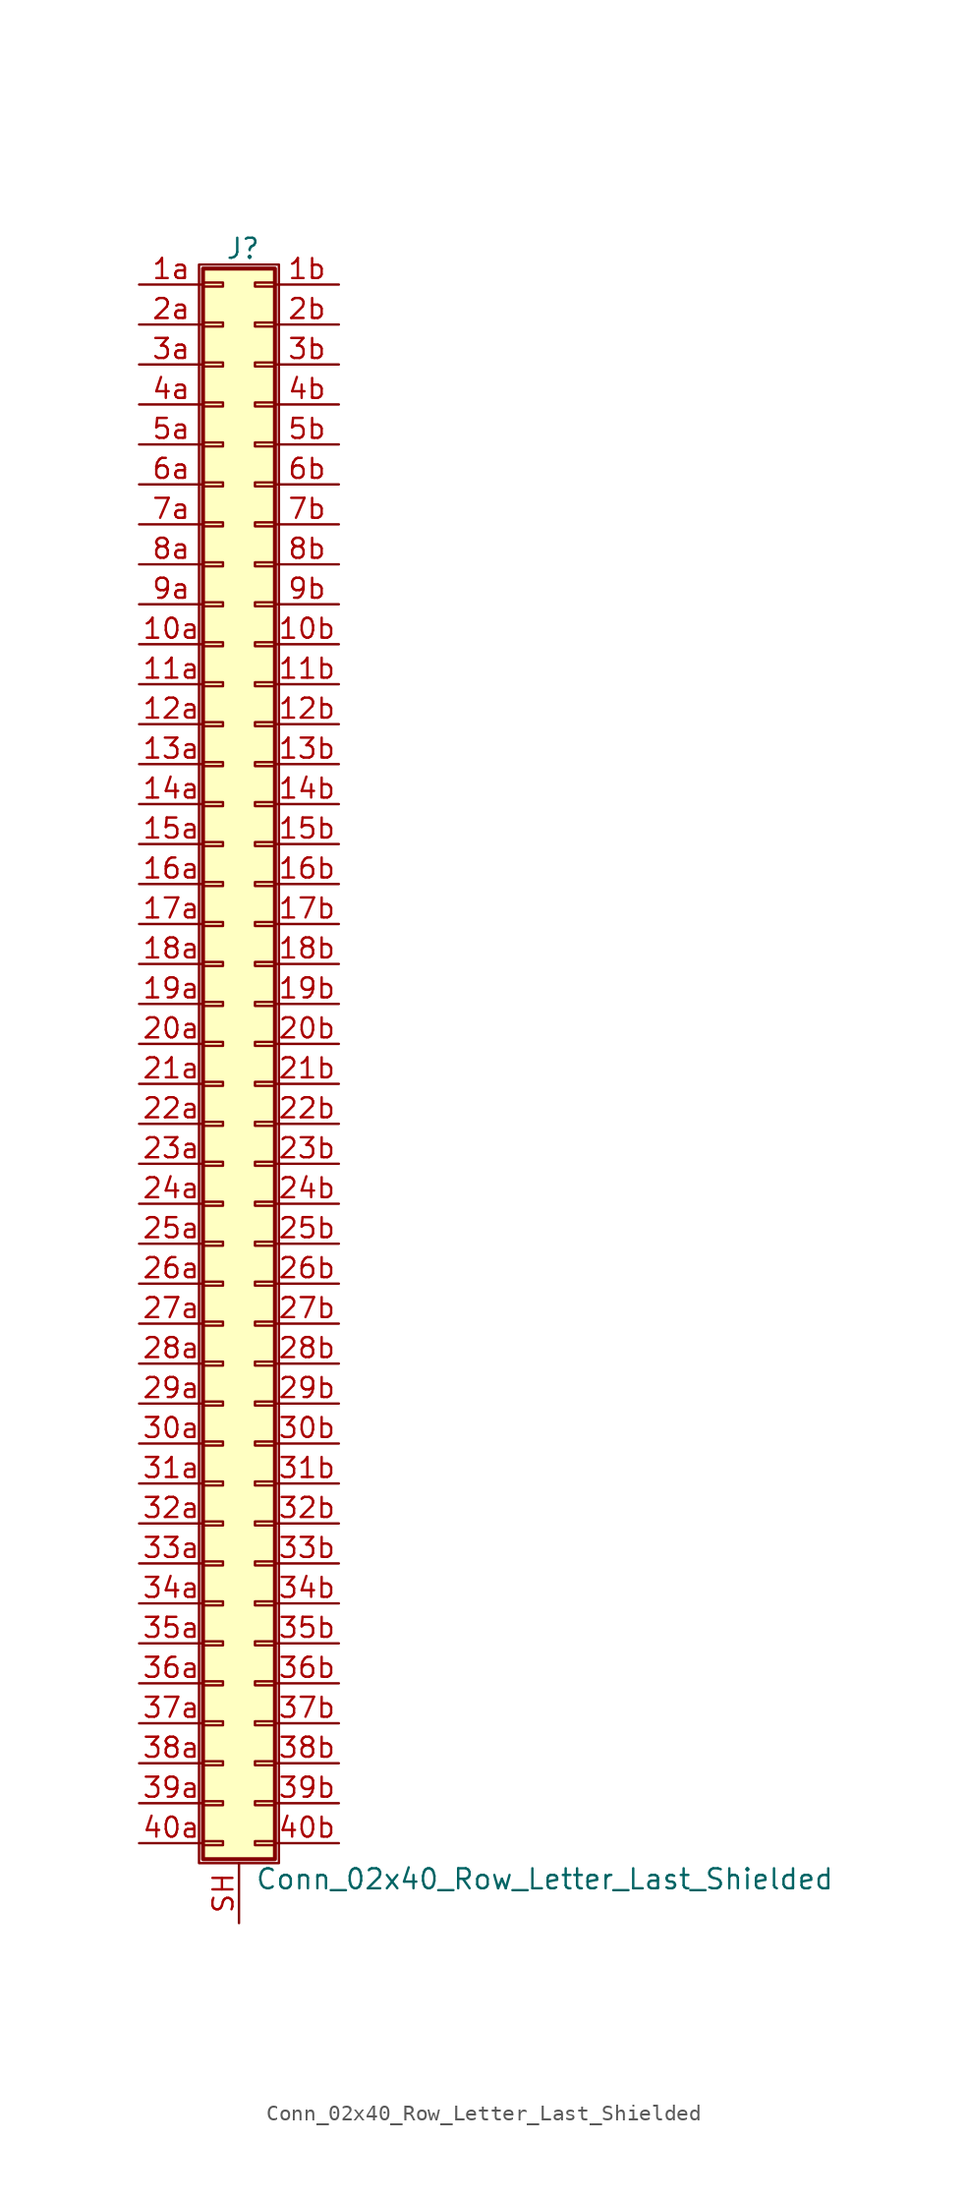
<source format=kicad_sym>
(kicad_symbol_lib
  (version 20220914)
  (generator kicad_symbol_editor)
  (symbol "Conn_02x40_Row_Letter_Last_Shielded"
    (pin_names
      (offset 1.016) hide)
    (property "Reference" "J"
      (at 1.524 50.546 0)
      (effects (font (size 1.27 1.27))))
    (property "Value" "Conn_02x40_Row_Letter_Last_Shielded"
      (at 2.286 -53.086 0)
      (effects (font (size 1.27 1.27)) (justify left)))
    (symbol "Conn_02x40_Row_Letter_Last_Shielded_1_1"
      (rectangle (start -1.27 49.53) (end 3.81 -52.07) (stroke (width 0.152) (type default)) (fill (type none)))
      (rectangle (start -1.016 -50.673) (end 0.254 -50.927) (stroke (width 0.152) (type default)) (fill (type none)))
      (rectangle (start -1.016 -48.133) (end 0.254 -48.387) (stroke (width 0.152) (type default)) (fill (type none)))
      (rectangle (start -1.016 -45.593) (end 0.254 -45.847) (stroke (width 0.152) (type default)) (fill (type none)))
      (rectangle (start -1.016 -43.053) (end 0.254 -43.307) (stroke (width 0.152) (type default)) (fill (type none)))
      (rectangle (start -1.016 -40.513) (end 0.254 -40.767) (stroke (width 0.152) (type default)) (fill (type none)))
      (rectangle (start -1.016 -37.973) (end 0.254 -38.227) (stroke (width 0.152) (type default)) (fill (type none)))
      (rectangle (start -1.016 -35.433) (end 0.254 -35.687) (stroke (width 0.152) (type default)) (fill (type none)))
      (rectangle (start -1.016 -32.893) (end 0.254 -33.147) (stroke (width 0.152) (type default)) (fill (type none)))
      (rectangle (start -1.016 -30.353) (end 0.254 -30.607) (stroke (width 0.152) (type default)) (fill (type none)))
      (rectangle (start -1.016 -27.813) (end 0.254 -28.067) (stroke (width 0.152) (type default)) (fill (type none)))
      (rectangle (start -1.016 -25.273) (end 0.254 -25.527) (stroke (width 0.152) (type default)) (fill (type none)))
      (rectangle (start -1.016 -22.733) (end 0.254 -22.987) (stroke (width 0.152) (type default)) (fill (type none)))
      (rectangle (start -1.016 -20.193) (end 0.254 -20.447) (stroke (width 0.152) (type default)) (fill (type none)))
      (rectangle (start -1.016 -17.653) (end 0.254 -17.907) (stroke (width 0.152) (type default)) (fill (type none)))
      (rectangle (start -1.016 -15.113) (end 0.254 -15.367) (stroke (width 0.152) (type default)) (fill (type none)))
      (rectangle (start -1.016 -12.573) (end 0.254 -12.827) (stroke (width 0.152) (type default)) (fill (type none)))
      (rectangle (start -1.016 -10.033) (end 0.254 -10.287) (stroke (width 0.152) (type default)) (fill (type none)))
      (rectangle (start -1.016 -7.493) (end 0.254 -7.747) (stroke (width 0.152) (type default)) (fill (type none)))
      (rectangle (start -1.016 -4.953) (end 0.254 -5.207) (stroke (width 0.152) (type default)) (fill (type none)))
      (rectangle (start -1.016 -2.413) (end 0.254 -2.667) (stroke (width 0.152) (type default)) (fill (type none)))
      (rectangle (start -1.016 0.127) (end 0.254 -0.127) (stroke (width 0.152) (type default)) (fill (type none)))
      (rectangle (start -1.016 2.667) (end 0.254 2.413) (stroke (width 0.152) (type default)) (fill (type none)))
      (rectangle (start -1.016 5.207) (end 0.254 4.953) (stroke (width 0.152) (type default)) (fill (type none)))
      (rectangle (start -1.016 7.747) (end 0.254 7.493) (stroke (width 0.152) (type default)) (fill (type none)))
      (rectangle (start -1.016 10.287) (end 0.254 10.033) (stroke (width 0.152) (type default)) (fill (type none)))
      (rectangle (start -1.016 12.827) (end 0.254 12.573) (stroke (width 0.152) (type default)) (fill (type none)))
      (rectangle (start -1.016 15.367) (end 0.254 15.113) (stroke (width 0.152) (type default)) (fill (type none)))
      (rectangle (start -1.016 17.907) (end 0.254 17.653) (stroke (width 0.152) (type default)) (fill (type none)))
      (rectangle (start -1.016 20.447) (end 0.254 20.193) (stroke (width 0.152) (type default)) (fill (type none)))
      (rectangle (start -1.016 22.987) (end 0.254 22.733) (stroke (width 0.152) (type default)) (fill (type none)))
      (rectangle (start -1.016 25.527) (end 0.254 25.273) (stroke (width 0.152) (type default)) (fill (type none)))
      (rectangle (start -1.016 28.067) (end 0.254 27.813) (stroke (width 0.152) (type default)) (fill (type none)))
      (rectangle (start -1.016 30.607) (end 0.254 30.353) (stroke (width 0.152) (type default)) (fill (type none)))
      (rectangle (start -1.016 33.147) (end 0.254 32.893) (stroke (width 0.152) (type default)) (fill (type none)))
      (rectangle (start -1.016 35.687) (end 0.254 35.433) (stroke (width 0.152) (type default)) (fill (type none)))
      (rectangle (start -1.016 38.227) (end 0.254 37.973) (stroke (width 0.152) (type default)) (fill (type none)))
      (rectangle (start -1.016 40.767) (end 0.254 40.513) (stroke (width 0.152) (type default)) (fill (type none)))
      (rectangle (start -1.016 43.307) (end 0.254 43.053) (stroke (width 0.152) (type default)) (fill (type none)))
      (rectangle (start -1.016 45.847) (end 0.254 45.593) (stroke (width 0.152) (type default)) (fill (type none)))
      (rectangle (start -1.016 48.387) (end 0.254 48.133) (stroke (width 0.152) (type default)) (fill (type none)))
      (rectangle (start -1.016 49.276) (end 3.556 -51.816) (stroke (width 0.254) (type default)) (fill (type background)))
      (rectangle (start 3.556 -50.673) (end 2.286 -50.927) (stroke (width 0.152) (type default)) (fill (type none)))
      (rectangle (start 3.556 -48.133) (end 2.286 -48.387) (stroke (width 0.152) (type default)) (fill (type none)))
      (rectangle (start 3.556 -45.593) (end 2.286 -45.847) (stroke (width 0.152) (type default)) (fill (type none)))
      (rectangle (start 3.556 -43.053) (end 2.286 -43.307) (stroke (width 0.152) (type default)) (fill (type none)))
      (rectangle (start 3.556 -40.513) (end 2.286 -40.767) (stroke (width 0.152) (type default)) (fill (type none)))
      (rectangle (start 3.556 -37.973) (end 2.286 -38.227) (stroke (width 0.152) (type default)) (fill (type none)))
      (rectangle (start 3.556 -35.433) (end 2.286 -35.687) (stroke (width 0.152) (type default)) (fill (type none)))
      (rectangle (start 3.556 -32.893) (end 2.286 -33.147) (stroke (width 0.152) (type default)) (fill (type none)))
      (rectangle (start 3.556 -30.353) (end 2.286 -30.607) (stroke (width 0.152) (type default)) (fill (type none)))
      (rectangle (start 3.556 -27.813) (end 2.286 -28.067) (stroke (width 0.152) (type default)) (fill (type none)))
      (rectangle (start 3.556 -25.273) (end 2.286 -25.527) (stroke (width 0.152) (type default)) (fill (type none)))
      (rectangle (start 3.556 -22.733) (end 2.286 -22.987) (stroke (width 0.152) (type default)) (fill (type none)))
      (rectangle (start 3.556 -20.193) (end 2.286 -20.447) (stroke (width 0.152) (type default)) (fill (type none)))
      (rectangle (start 3.556 -17.653) (end 2.286 -17.907) (stroke (width 0.152) (type default)) (fill (type none)))
      (rectangle (start 3.556 -15.113) (end 2.286 -15.367) (stroke (width 0.152) (type default)) (fill (type none)))
      (rectangle (start 3.556 -12.573) (end 2.286 -12.827) (stroke (width 0.152) (type default)) (fill (type none)))
      (rectangle (start 3.556 -10.033) (end 2.286 -10.287) (stroke (width 0.152) (type default)) (fill (type none)))
      (rectangle (start 3.556 -7.493) (end 2.286 -7.747) (stroke (width 0.152) (type default)) (fill (type none)))
      (rectangle (start 3.556 -4.953) (end 2.286 -5.207) (stroke (width 0.152) (type default)) (fill (type none)))
      (rectangle (start 3.556 -2.413) (end 2.286 -2.667) (stroke (width 0.152) (type default)) (fill (type none)))
      (rectangle (start 3.556 0.127) (end 2.286 -0.127) (stroke (width 0.152) (type default)) (fill (type none)))
      (rectangle (start 3.556 2.667) (end 2.286 2.413) (stroke (width 0.152) (type default)) (fill (type none)))
      (rectangle (start 3.556 5.207) (end 2.286 4.953) (stroke (width 0.152) (type default)) (fill (type none)))
      (rectangle (start 3.556 7.747) (end 2.286 7.493) (stroke (width 0.152) (type default)) (fill (type none)))
      (rectangle (start 3.556 10.287) (end 2.286 10.033) (stroke (width 0.152) (type default)) (fill (type none)))
      (rectangle (start 3.556 12.827) (end 2.286 12.573) (stroke (width 0.152) (type default)) (fill (type none)))
      (rectangle (start 3.556 15.367) (end 2.286 15.113) (stroke (width 0.152) (type default)) (fill (type none)))
      (rectangle (start 3.556 17.907) (end 2.286 17.653) (stroke (width 0.152) (type default)) (fill (type none)))
      (rectangle (start 3.556 20.447) (end 2.286 20.193) (stroke (width 0.152) (type default)) (fill (type none)))
      (rectangle (start 3.556 22.987) (end 2.286 22.733) (stroke (width 0.152) (type default)) (fill (type none)))
      (rectangle (start 3.556 25.527) (end 2.286 25.273) (stroke (width 0.152) (type default)) (fill (type none)))
      (rectangle (start 3.556 28.067) (end 2.286 27.813) (stroke (width 0.152) (type default)) (fill (type none)))
      (rectangle (start 3.556 30.607) (end 2.286 30.353) (stroke (width 0.152) (type default)) (fill (type none)))
      (rectangle (start 3.556 33.147) (end 2.286 32.893) (stroke (width 0.152) (type default)) (fill (type none)))
      (rectangle (start 3.556 35.687) (end 2.286 35.433) (stroke (width 0.152) (type default)) (fill (type none)))
      (rectangle (start 3.556 38.227) (end 2.286 37.973) (stroke (width 0.152) (type default)) (fill (type none)))
      (rectangle (start 3.556 40.767) (end 2.286 40.513) (stroke (width 0.152) (type default)) (fill (type none)))
      (rectangle (start 3.556 43.307) (end 2.286 43.053) (stroke (width 0.152) (type default)) (fill (type none)))
      (rectangle (start 3.556 45.847) (end 2.286 45.593) (stroke (width 0.152) (type default)) (fill (type none)))
      (rectangle (start 3.556 48.387) (end 2.286 48.133) (stroke (width 0.152) (type default)) (fill (type none)))
      (pin passive line (at -5.08 25.4 0) (length 4.064) (name "Pin_10a" (effects (font (size 1.27 1.27)))) (number "10a" (effects (font (size 1.27 1.27)))))
      (pin passive line (at 7.62 25.4 180) (length 4.064) (name "Pin_10b" (effects (font (size 1.27 1.27)))) (number "10b" (effects (font (size 1.27 1.27)))))
      (pin passive line (at -5.08 22.86 0) (length 4.064) (name "Pin_11a" (effects (font (size 1.27 1.27)))) (number "11a" (effects (font (size 1.27 1.27)))))
      (pin passive line (at 7.62 22.86 180) (length 4.064) (name "Pin_11b" (effects (font (size 1.27 1.27)))) (number "11b" (effects (font (size 1.27 1.27)))))
      (pin passive line (at -5.08 20.32 0) (length 4.064) (name "Pin_12a" (effects (font (size 1.27 1.27)))) (number "12a" (effects (font (size 1.27 1.27)))))
      (pin passive line (at 7.62 20.32 180) (length 4.064) (name "Pin_12b" (effects (font (size 1.27 1.27)))) (number "12b" (effects (font (size 1.27 1.27)))))
      (pin passive line (at -5.08 17.78 0) (length 4.064) (name "Pin_13a" (effects (font (size 1.27 1.27)))) (number "13a" (effects (font (size 1.27 1.27)))))
      (pin passive line (at 7.62 17.78 180) (length 4.064) (name "Pin_13b" (effects (font (size 1.27 1.27)))) (number "13b" (effects (font (size 1.27 1.27)))))
      (pin passive line (at -5.08 15.24 0) (length 4.064) (name "Pin_14a" (effects (font (size 1.27 1.27)))) (number "14a" (effects (font (size 1.27 1.27)))))
      (pin passive line (at 7.62 15.24 180) (length 4.064) (name "Pin_14b" (effects (font (size 1.27 1.27)))) (number "14b" (effects (font (size 1.27 1.27)))))
      (pin passive line (at -5.08 12.7 0) (length 4.064) (name "Pin_15a" (effects (font (size 1.27 1.27)))) (number "15a" (effects (font (size 1.27 1.27)))))
      (pin passive line (at 7.62 12.7 180) (length 4.064) (name "Pin_15b" (effects (font (size 1.27 1.27)))) (number "15b" (effects (font (size 1.27 1.27)))))
      (pin passive line (at -5.08 10.16 0) (length 4.064) (name "Pin_16a" (effects (font (size 1.27 1.27)))) (number "16a" (effects (font (size 1.27 1.27)))))
      (pin passive line (at 7.62 10.16 180) (length 4.064) (name "Pin_16b" (effects (font (size 1.27 1.27)))) (number "16b" (effects (font (size 1.27 1.27)))))
      (pin passive line (at -5.08 7.62 0) (length 4.064) (name "Pin_17a" (effects (font (size 1.27 1.27)))) (number "17a" (effects (font (size 1.27 1.27)))))
      (pin passive line (at 7.62 7.62 180) (length 4.064) (name "Pin_17b" (effects (font (size 1.27 1.27)))) (number "17b" (effects (font (size 1.27 1.27)))))
      (pin passive line (at -5.08 5.08 0) (length 4.064) (name "Pin_18a" (effects (font (size 1.27 1.27)))) (number "18a" (effects (font (size 1.27 1.27)))))
      (pin passive line (at 7.62 5.08 180) (length 4.064) (name "Pin_18b" (effects (font (size 1.27 1.27)))) (number "18b" (effects (font (size 1.27 1.27)))))
      (pin passive line (at -5.08 2.54 0) (length 4.064) (name "Pin_19a" (effects (font (size 1.27 1.27)))) (number "19a" (effects (font (size 1.27 1.27)))))
      (pin passive line (at 7.62 2.54 180) (length 4.064) (name "Pin_19b" (effects (font (size 1.27 1.27)))) (number "19b" (effects (font (size 1.27 1.27)))))
      (pin passive line (at -5.08 48.26 0) (length 4.064) (name "Pin_1a" (effects (font (size 1.27 1.27)))) (number "1a" (effects (font (size 1.27 1.27)))))
      (pin passive line (at 7.62 48.26 180) (length 4.064) (name "Pin_1b" (effects (font (size 1.27 1.27)))) (number "1b" (effects (font (size 1.27 1.27)))))
      (pin passive line (at -5.08 0 0) (length 4.064) (name "Pin_20a" (effects (font (size 1.27 1.27)))) (number "20a" (effects (font (size 1.27 1.27)))))
      (pin passive line (at 7.62 0 180) (length 4.064) (name "Pin_20b" (effects (font (size 1.27 1.27)))) (number "20b" (effects (font (size 1.27 1.27)))))
      (pin passive line (at -5.08 -2.54 0) (length 4.064) (name "Pin_21a" (effects (font (size 1.27 1.27)))) (number "21a" (effects (font (size 1.27 1.27)))))
      (pin passive line (at 7.62 -2.54 180) (length 4.064) (name "Pin_21b" (effects (font (size 1.27 1.27)))) (number "21b" (effects (font (size 1.27 1.27)))))
      (pin passive line (at -5.08 -5.08 0) (length 4.064) (name "Pin_22a" (effects (font (size 1.27 1.27)))) (number "22a" (effects (font (size 1.27 1.27)))))
      (pin passive line (at 7.62 -5.08 180) (length 4.064) (name "Pin_22b" (effects (font (size 1.27 1.27)))) (number "22b" (effects (font (size 1.27 1.27)))))
      (pin passive line (at -5.08 -7.62 0) (length 4.064) (name "Pin_23a" (effects (font (size 1.27 1.27)))) (number "23a" (effects (font (size 1.27 1.27)))))
      (pin passive line (at 7.62 -7.62 180) (length 4.064) (name "Pin_23b" (effects (font (size 1.27 1.27)))) (number "23b" (effects (font (size 1.27 1.27)))))
      (pin passive line (at -5.08 -10.16 0) (length 4.064) (name "Pin_24a" (effects (font (size 1.27 1.27)))) (number "24a" (effects (font (size 1.27 1.27)))))
      (pin passive line (at 7.62 -10.16 180) (length 4.064) (name "Pin_24b" (effects (font (size 1.27 1.27)))) (number "24b" (effects (font (size 1.27 1.27)))))
      (pin passive line (at -5.08 -12.7 0) (length 4.064) (name "Pin_25a" (effects (font (size 1.27 1.27)))) (number "25a" (effects (font (size 1.27 1.27)))))
      (pin passive line (at 7.62 -12.7 180) (length 4.064) (name "Pin_25b" (effects (font (size 1.27 1.27)))) (number "25b" (effects (font (size 1.27 1.27)))))
      (pin passive line (at -5.08 -15.24 0) (length 4.064) (name "Pin_26a" (effects (font (size 1.27 1.27)))) (number "26a" (effects (font (size 1.27 1.27)))))
      (pin passive line (at 7.62 -15.24 180) (length 4.064) (name "Pin_26b" (effects (font (size 1.27 1.27)))) (number "26b" (effects (font (size 1.27 1.27)))))
      (pin passive line (at -5.08 -17.78 0) (length 4.064) (name "Pin_27a" (effects (font (size 1.27 1.27)))) (number "27a" (effects (font (size 1.27 1.27)))))
      (pin passive line (at 7.62 -17.78 180) (length 4.064) (name "Pin_27b" (effects (font (size 1.27 1.27)))) (number "27b" (effects (font (size 1.27 1.27)))))
      (pin passive line (at -5.08 -20.32 0) (length 4.064) (name "Pin_28a" (effects (font (size 1.27 1.27)))) (number "28a" (effects (font (size 1.27 1.27)))))
      (pin passive line (at 7.62 -20.32 180) (length 4.064) (name "Pin_28b" (effects (font (size 1.27 1.27)))) (number "28b" (effects (font (size 1.27 1.27)))))
      (pin passive line (at -5.08 -22.86 0) (length 4.064) (name "Pin_29a" (effects (font (size 1.27 1.27)))) (number "29a" (effects (font (size 1.27 1.27)))))
      (pin passive line (at 7.62 -22.86 180) (length 4.064) (name "Pin_29b" (effects (font (size 1.27 1.27)))) (number "29b" (effects (font (size 1.27 1.27)))))
      (pin passive line (at -5.08 45.72 0) (length 4.064) (name "Pin_2a" (effects (font (size 1.27 1.27)))) (number "2a" (effects (font (size 1.27 1.27)))))
      (pin passive line (at 7.62 45.72 180) (length 4.064) (name "Pin_2b" (effects (font (size 1.27 1.27)))) (number "2b" (effects (font (size 1.27 1.27)))))
      (pin passive line (at -5.08 -25.4 0) (length 4.064) (name "Pin_30a" (effects (font (size 1.27 1.27)))) (number "30a" (effects (font (size 1.27 1.27)))))
      (pin passive line (at 7.62 -25.4 180) (length 4.064) (name "Pin_30b" (effects (font (size 1.27 1.27)))) (number "30b" (effects (font (size 1.27 1.27)))))
      (pin passive line (at -5.08 -27.94 0) (length 4.064) (name "Pin_31a" (effects (font (size 1.27 1.27)))) (number "31a" (effects (font (size 1.27 1.27)))))
      (pin passive line (at 7.62 -27.94 180) (length 4.064) (name "Pin_31b" (effects (font (size 1.27 1.27)))) (number "31b" (effects (font (size 1.27 1.27)))))
      (pin passive line (at -5.08 -30.48 0) (length 4.064) (name "Pin_32a" (effects (font (size 1.27 1.27)))) (number "32a" (effects (font (size 1.27 1.27)))))
      (pin passive line (at 7.62 -30.48 180) (length 4.064) (name "Pin_32b" (effects (font (size 1.27 1.27)))) (number "32b" (effects (font (size 1.27 1.27)))))
      (pin passive line (at -5.08 -33.02 0) (length 4.064) (name "Pin_33a" (effects (font (size 1.27 1.27)))) (number "33a" (effects (font (size 1.27 1.27)))))
      (pin passive line (at 7.62 -33.02 180) (length 4.064) (name "Pin_33b" (effects (font (size 1.27 1.27)))) (number "33b" (effects (font (size 1.27 1.27)))))
      (pin passive line (at -5.08 -35.56 0) (length 4.064) (name "Pin_34a" (effects (font (size 1.27 1.27)))) (number "34a" (effects (font (size 1.27 1.27)))))
      (pin passive line (at 7.62 -35.56 180) (length 4.064) (name "Pin_34b" (effects (font (size 1.27 1.27)))) (number "34b" (effects (font (size 1.27 1.27)))))
      (pin passive line (at -5.08 -38.1 0) (length 4.064) (name "Pin_35a" (effects (font (size 1.27 1.27)))) (number "35a" (effects (font (size 1.27 1.27)))))
      (pin passive line (at 7.62 -38.1 180) (length 4.064) (name "Pin_35b" (effects (font (size 1.27 1.27)))) (number "35b" (effects (font (size 1.27 1.27)))))
      (pin passive line (at -5.08 -40.64 0) (length 4.064) (name "Pin_36a" (effects (font (size 1.27 1.27)))) (number "36a" (effects (font (size 1.27 1.27)))))
      (pin passive line (at 7.62 -40.64 180) (length 4.064) (name "Pin_36b" (effects (font (size 1.27 1.27)))) (number "36b" (effects (font (size 1.27 1.27)))))
      (pin passive line (at -5.08 -43.18 0) (length 4.064) (name "Pin_37a" (effects (font (size 1.27 1.27)))) (number "37a" (effects (font (size 1.27 1.27)))))
      (pin passive line (at 7.62 -43.18 180) (length 4.064) (name "Pin_37b" (effects (font (size 1.27 1.27)))) (number "37b" (effects (font (size 1.27 1.27)))))
      (pin passive line (at -5.08 -45.72 0) (length 4.064) (name "Pin_38a" (effects (font (size 1.27 1.27)))) (number "38a" (effects (font (size 1.27 1.27)))))
      (pin passive line (at 7.62 -45.72 180) (length 4.064) (name "Pin_38b" (effects (font (size 1.27 1.27)))) (number "38b" (effects (font (size 1.27 1.27)))))
      (pin passive line (at -5.08 -48.26 0) (length 4.064) (name "Pin_39a" (effects (font (size 1.27 1.27)))) (number "39a" (effects (font (size 1.27 1.27)))))
      (pin passive line (at 7.62 -48.26 180) (length 4.064) (name "Pin_39b" (effects (font (size 1.27 1.27)))) (number "39b" (effects (font (size 1.27 1.27)))))
      (pin passive line (at -5.08 43.18 0) (length 4.064) (name "Pin_3a" (effects (font (size 1.27 1.27)))) (number "3a" (effects (font (size 1.27 1.27)))))
      (pin passive line (at 7.62 43.18 180) (length 4.064) (name "Pin_3b" (effects (font (size 1.27 1.27)))) (number "3b" (effects (font (size 1.27 1.27)))))
      (pin passive line (at -5.08 -50.8 0) (length 4.064) (name "Pin_40a" (effects (font (size 1.27 1.27)))) (number "40a" (effects (font (size 1.27 1.27)))))
      (pin passive line (at 7.62 -50.8 180) (length 4.064) (name "Pin_40b" (effects (font (size 1.27 1.27)))) (number "40b" (effects (font (size 1.27 1.27)))))
      (pin passive line (at -5.08 40.64 0) (length 4.064) (name "Pin_4a" (effects (font (size 1.27 1.27)))) (number "4a" (effects (font (size 1.27 1.27)))))
      (pin passive line (at 7.62 40.64 180) (length 4.064) (name "Pin_4b" (effects (font (size 1.27 1.27)))) (number "4b" (effects (font (size 1.27 1.27)))))
      (pin passive line (at -5.08 38.1 0) (length 4.064) (name "Pin_5a" (effects (font (size 1.27 1.27)))) (number "5a" (effects (font (size 1.27 1.27)))))
      (pin passive line (at 7.62 38.1 180) (length 4.064) (name "Pin_5b" (effects (font (size 1.27 1.27)))) (number "5b" (effects (font (size 1.27 1.27)))))
      (pin passive line (at -5.08 35.56 0) (length 4.064) (name "Pin_6a" (effects (font (size 1.27 1.27)))) (number "6a" (effects (font (size 1.27 1.27)))))
      (pin passive line (at 7.62 35.56 180) (length 4.064) (name "Pin_6b" (effects (font (size 1.27 1.27)))) (number "6b" (effects (font (size 1.27 1.27)))))
      (pin passive line (at -5.08 33.02 0) (length 4.064) (name "Pin_7a" (effects (font (size 1.27 1.27)))) (number "7a" (effects (font (size 1.27 1.27)))))
      (pin passive line (at 7.62 33.02 180) (length 4.064) (name "Pin_7b" (effects (font (size 1.27 1.27)))) (number "7b" (effects (font (size 1.27 1.27)))))
      (pin passive line (at -5.08 30.48 0) (length 4.064) (name "Pin_8a" (effects (font (size 1.27 1.27)))) (number "8a" (effects (font (size 1.27 1.27)))))
      (pin passive line (at 7.62 30.48 180) (length 4.064) (name "Pin_8b" (effects (font (size 1.27 1.27)))) (number "8b" (effects (font (size 1.27 1.27)))))
      (pin passive line (at -5.08 27.94 0) (length 4.064) (name "Pin_9a" (effects (font (size 1.27 1.27)))) (number "9a" (effects (font (size 1.27 1.27)))))
      (pin passive line (at 7.62 27.94 180) (length 4.064) (name "Pin_9b" (effects (font (size 1.27 1.27)))) (number "9b" (effects (font (size 1.27 1.27)))))
      (pin passive line (at 1.27 -55.88 90) (length 3.81) (name "Shield" (effects (font (size 1.27 1.27)))) (number "SH" (effects (font (size 1.27 1.27))))))))
</source>
